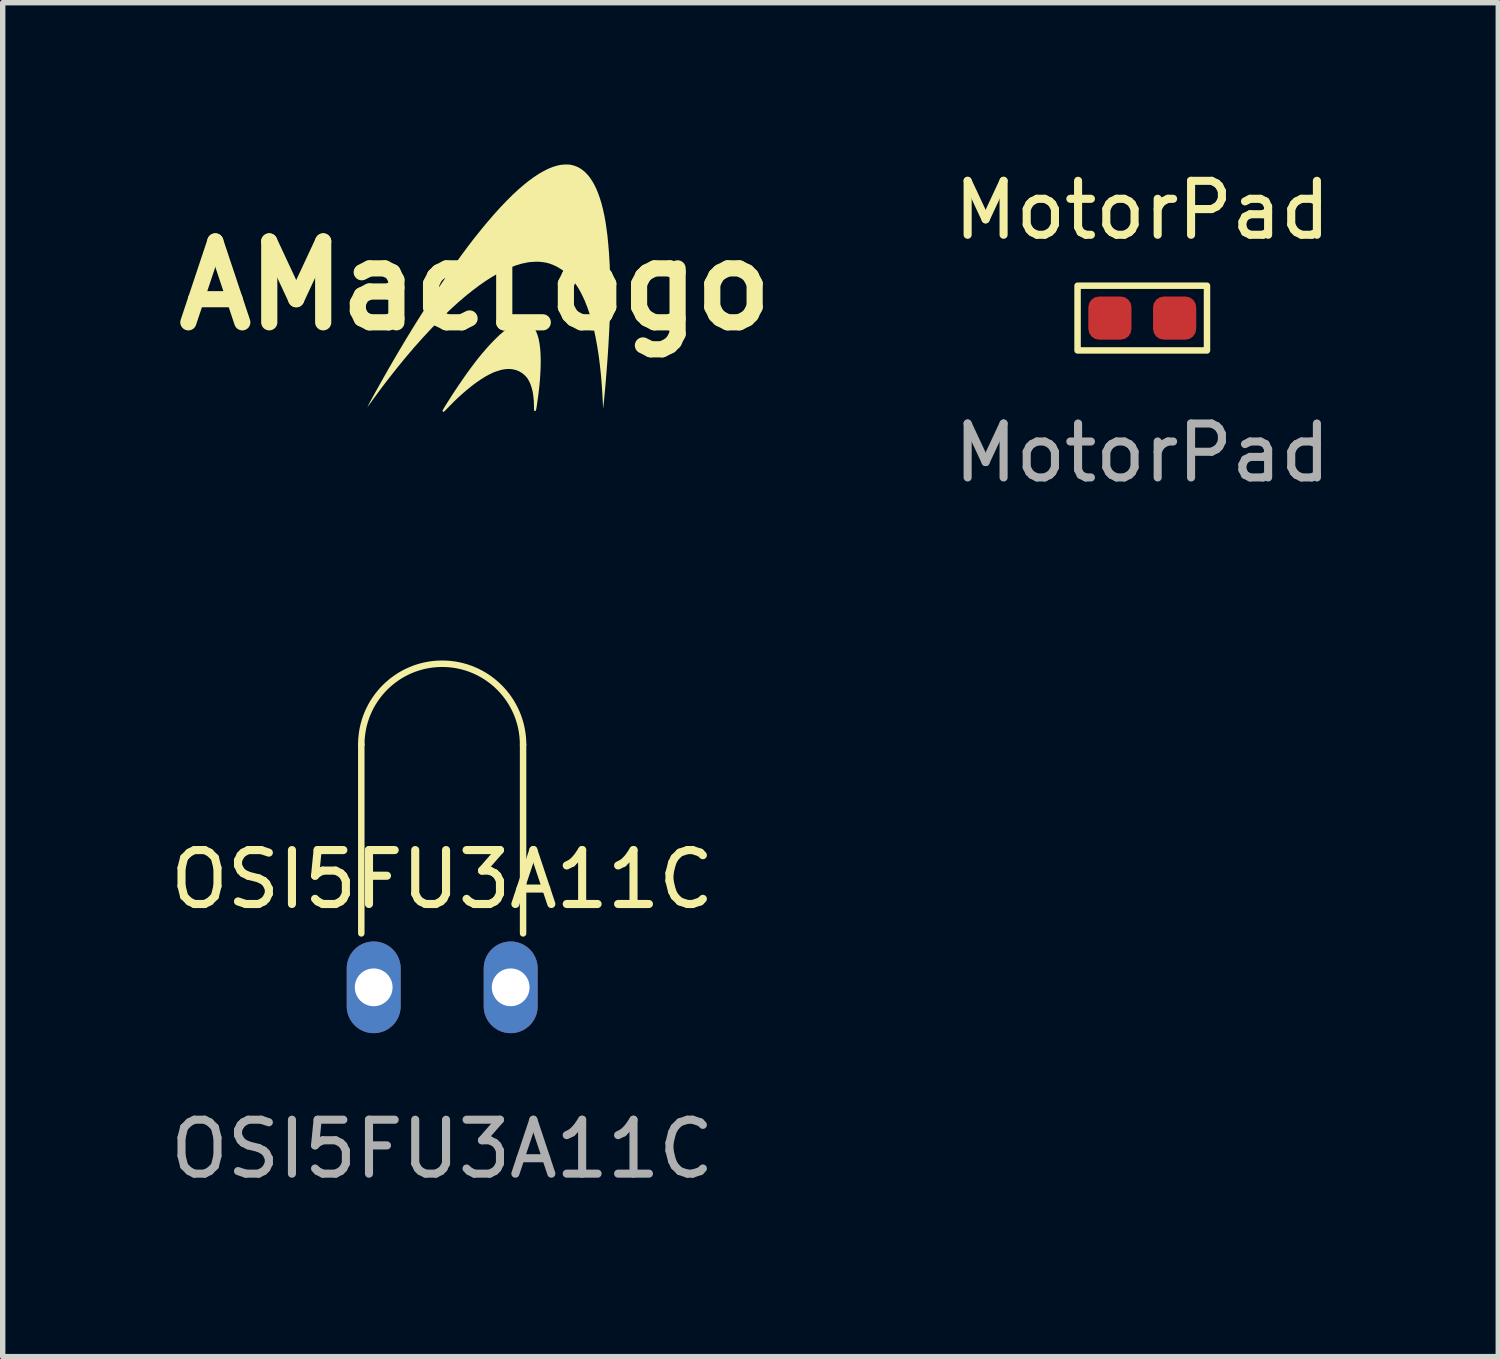
<source format=kicad_pcb>
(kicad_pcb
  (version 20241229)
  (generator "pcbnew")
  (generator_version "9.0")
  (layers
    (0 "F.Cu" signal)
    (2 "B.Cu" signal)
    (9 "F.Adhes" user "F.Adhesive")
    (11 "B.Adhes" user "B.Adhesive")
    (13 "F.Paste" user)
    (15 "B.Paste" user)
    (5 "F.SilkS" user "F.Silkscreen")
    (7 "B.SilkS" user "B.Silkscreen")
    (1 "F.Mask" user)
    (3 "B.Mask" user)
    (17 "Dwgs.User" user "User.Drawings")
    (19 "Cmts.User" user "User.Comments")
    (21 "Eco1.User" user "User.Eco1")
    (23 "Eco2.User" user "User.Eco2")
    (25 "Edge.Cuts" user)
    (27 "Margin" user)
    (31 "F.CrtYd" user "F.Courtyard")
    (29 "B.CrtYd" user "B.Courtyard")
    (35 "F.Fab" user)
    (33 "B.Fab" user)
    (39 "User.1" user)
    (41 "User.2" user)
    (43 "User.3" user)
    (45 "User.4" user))
  (footprint "MotorPad"
    (layer "F.Cu")
    (at 18.13 2.848)
    (property "Reference" "MotorPad" (at 0 -2 0) (unlocked yes) (layer "F.SilkS") (effects (font (size 1 1) (thickness 0.15))))
    (attr smd)
    (fp_rect (start -1.2 -0.6) (end 1.2 0.6) (stroke (width 0.12) (type default)) (fill no) (layer "F.SilkS"))
    (fp_text user "${REFERENCE}" (at 0 2.5 0) (unlocked yes) (layer "F.Fab") (effects (font (size 1 1) (thickness 0.15))))
    (pad "1" smd roundrect (at -0.6 0 90) (size 0.8 0.8) (layers "F.Cu" "F.Mask" "F.Paste") (roundrect_rratio 0.25))
    (pad "2" smd roundrect (at 0.6 0 90) (size 0.8 0.8) (layers "F.Cu" "F.Mask" "F.Paste") (roundrect_rratio 0.25)))
  (footprint "AMacLogo"
    (layer "F.Cu")
    (at 5.764 2.248)
    (property "Reference" "AMacLogo" (at 0 0 0) (layer "F.SilkS") (effects (font (size 1.5 1.5) (thickness 0.3))))
    (attr board_only exclude_from_pos_files exclude_from_bom)
    (fp_poly (pts (xy -2.003 2.258) (xy -2.005 2.261) (xy -2.007 2.258) (xy -2.005 2.256)) (stroke (width 0) (type solid)) (fill yes) (layer "F.SilkS"))
    (fp_poly (pts (xy 0.947 0.685) (xy 0.991 0.7) (xy 1.031 0.725) (xy 1.067 0.758) (xy 1.099 0.801) (xy 1.128 0.852) (xy 1.152 0.912) (xy 1.172 0.98) (xy 1.176 0.999) (xy 1.191 1.08) (xy 1.202 1.17) (xy 1.209 1.268) (xy 1.212 1.375) (xy 1.211 1.489) (xy 1.206 1.611) (xy 1.198 1.741) (xy 1.185 1.878) (xy 1.168 2.022) (xy 1.147 2.172) (xy 1.14 2.221) (xy 1.135 2.255) (xy 1.13 2.281) (xy 1.126 2.3) (xy 1.121 2.313) (xy 1.117 2.32) (xy 1.111 2.323) (xy 1.106 2.324) (xy 1.1 2.323) (xy 1.095 2.32) (xy 1.091 2.313) (xy 1.089 2.302) (xy 1.087 2.284) (xy 1.087 2.259) (xy 1.087 2.227) (xy 1.084 2.136) (xy 1.076 2.051) (xy 1.064 1.971) (xy 1.046 1.898) (xy 1.024 1.831) (xy 0.998 1.772) (xy 0.967 1.72) (xy 0.932 1.676) (xy 0.912 1.657) (xy 0.861 1.616) (xy 0.806 1.584) (xy 0.747 1.562) (xy 0.686 1.548) (xy 0.621 1.543) (xy 0.553 1.547) (xy 0.481 1.56) (xy 0.406 1.582) (xy 0.326 1.612) (xy 0.254 1.647) (xy 0.183 1.686) (xy 0.108 1.733) (xy 0.029 1.787) (xy -0.052 1.847) (xy -0.136 1.914) (xy -0.221 1.986) (xy -0.306 2.062) (xy -0.391 2.143) (xy -0.475 2.228) (xy -0.511 2.265) (xy -0.532 2.287) (xy -0.552 2.307) (xy -0.568 2.322) (xy -0.581 2.333) (xy -0.588 2.338) (xy -0.589 2.339) (xy -0.6 2.335) (xy -0.603 2.333) (xy -0.608 2.323) (xy -0.609 2.318) (xy -0.606 2.311) (xy -0.599 2.297) (xy -0.587 2.276) (xy -0.571 2.249) (xy -0.552 2.218) (xy -0.529 2.182) (xy -0.504 2.142) (xy -0.477 2.1) (xy -0.449 2.056) (xy -0.42 2.01) (xy -0.39 1.964) (xy -0.359 1.919) (xy -0.33 1.874) (xy -0.313 1.849) (xy -0.231 1.73) (xy -0.153 1.618) (xy -0.077 1.515) (xy -0.004 1.418) (xy 0.066 1.328) (xy 0.136 1.244) (xy 0.204 1.165) (xy 0.271 1.091) (xy 0.338 1.021) (xy 0.353 1.006) (xy 0.401 0.959) (xy 0.443 0.918) (xy 0.483 0.883) (xy 0.52 0.851) (xy 0.556 0.823) (xy 0.592 0.797) (xy 0.613 0.783) (xy 0.677 0.744) (xy 0.738 0.714) (xy 0.795 0.693) (xy 0.849 0.681) (xy 0.9 0.679)) (stroke (width 0) (type solid)) (fill yes) (layer "F.SilkS"))
    (fp_poly (pts (xy 1.72 -2.247) (xy 1.756 -2.245) (xy 1.774 -2.242) (xy 1.841 -2.224) (xy 1.905 -2.198) (xy 1.965 -2.162) (xy 2.022 -2.118) (xy 2.076 -2.064) (xy 2.127 -2.001) (xy 2.174 -1.929) (xy 2.204 -1.876) (xy 2.242 -1.798) (xy 2.277 -1.714) (xy 2.309 -1.623) (xy 2.339 -1.525) (xy 2.366 -1.42) (xy 2.391 -1.307) (xy 2.413 -1.186) (xy 2.432 -1.057) (xy 2.45 -0.92) (xy 2.464 -0.774) (xy 2.477 -0.619) (xy 2.487 -0.455) (xy 2.491 -0.39) (xy 2.492 -0.356) (xy 2.493 -0.314) (xy 2.494 -0.264) (xy 2.495 -0.208) (xy 2.496 -0.146) (xy 2.496 -0.08) (xy 2.497 -0.011) (xy 2.497 0.06) (xy 2.497 0.133) (xy 2.497 0.205) (xy 2.497 0.277) (xy 2.496 0.346) (xy 2.496 0.412) (xy 2.495 0.474) (xy 2.494 0.53) (xy 2.493 0.58) (xy 2.492 0.623) (xy 2.491 0.646) (xy 2.484 0.797) (xy 2.476 0.945) (xy 2.468 1.09) (xy 2.459 1.234) (xy 2.449 1.379) (xy 2.438 1.526) (xy 2.426 1.677) (xy 2.413 1.834) (xy 2.398 1.998) (xy 2.39 2.083) (xy 2.385 2.134) (xy 2.381 2.176) (xy 2.377 2.21) (xy 2.375 2.236) (xy 2.372 2.254) (xy 2.371 2.265) (xy 2.37 2.27) (xy 2.369 2.269) (xy 2.368 2.262) (xy 2.368 2.262) (xy 2.368 2.243) (xy 2.366 2.216) (xy 2.365 2.182) (xy 2.362 2.144) (xy 2.36 2.102) (xy 2.358 2.058) (xy 2.355 2.014) (xy 2.353 1.972) (xy 2.35 1.933) (xy 2.348 1.899) (xy 2.346 1.871) (xy 2.346 1.866) (xy 2.33 1.667) (xy 2.31 1.477) (xy 2.287 1.296) (xy 2.26 1.124) (xy 2.23 0.96) (xy 2.197 0.806) (xy 2.159 0.66) (xy 2.119 0.524) (xy 2.075 0.396) (xy 2.028 0.277) (xy 1.977 0.168) (xy 1.923 0.067) (xy 1.865 -0.024) (xy 1.804 -0.107) (xy 1.739 -0.18) (xy 1.671 -0.245) (xy 1.6 -0.3) (xy 1.525 -0.346) (xy 1.498 -0.36) (xy 1.437 -0.388) (xy 1.378 -0.41) (xy 1.319 -0.426) (xy 1.256 -0.437) (xy 1.201 -0.443) (xy 1.167 -0.445) (xy 1.126 -0.445) (xy 1.081 -0.443) (xy 1.036 -0.44) (xy 0.994 -0.436) (xy 0.964 -0.431) (xy 0.863 -0.41) (xy 0.758 -0.379) (xy 0.651 -0.339) (xy 0.54 -0.29) (xy 0.427 -0.232) (xy 0.311 -0.165) (xy 0.192 -0.089) (xy 0.07 -0.004) (xy -0.055 0.09) (xy -0.182 0.192) (xy -0.312 0.303) (xy -0.444 0.423) (xy -0.579 0.552) (xy -0.716 0.689) (xy -0.855 0.835) (xy -0.997 0.989) (xy -1.141 1.151) (xy -1.248 1.277) (xy -1.328 1.372) (xy -1.411 1.474) (xy -1.496 1.58) (xy -1.581 1.688) (xy -1.666 1.797) (xy -1.748 1.905) (xy -1.826 2.011) (xy -1.9 2.112) (xy -1.932 2.156) (xy -1.95 2.182) (xy -1.967 2.205) (xy -1.981 2.225) (xy -1.992 2.239) (xy -1.998 2.247) (xy -1.999 2.249) (xy -2 2.248) (xy -1.996 2.239) (xy -1.988 2.223) (xy -1.976 2.2) (xy -1.961 2.171) (xy -1.943 2.137) (xy -1.921 2.097) (xy -1.897 2.054) (xy -1.871 2.006) (xy -1.843 1.955) (xy -1.813 1.902) (xy -1.782 1.846) (xy -1.75 1.789) (xy -1.718 1.732) (xy -1.685 1.673) (xy -1.652 1.616) (xy -1.62 1.559) (xy -1.588 1.503) (xy -1.557 1.45) (xy -1.547 1.432) (xy -1.415 1.207) (xy -1.283 0.986) (xy -1.151 0.77) (xy -1.019 0.559) (xy -0.889 0.355) (xy -0.759 0.156) (xy -0.631 -0.036) (xy -0.505 -0.22) (xy -0.38 -0.398) (xy -0.257 -0.568) (xy -0.137 -0.73) (xy -0.019 -0.883) (xy 0.096 -1.027) (xy 0.116 -1.052) (xy 0.236 -1.196) (xy 0.353 -1.331) (xy 0.466 -1.456) (xy 0.577 -1.572) (xy 0.684 -1.679) (xy 0.789 -1.777) (xy 0.891 -1.865) (xy 0.989 -1.944) (xy 1.085 -2.014) (xy 1.178 -2.075) (xy 1.268 -2.127) (xy 1.355 -2.17) (xy 1.439 -2.204) (xy 1.52 -2.228) (xy 1.562 -2.237) (xy 1.598 -2.243) (xy 1.639 -2.246) (xy 1.68 -2.248)) (stroke (width 0) (type solid)) (fill yes) (layer "F.SilkS")))
  (footprint "OSI5FU3A11C"
    (layer "F.Cu")
    (at 5.149 15.257)
    (property "Reference" "OSI5FU3A11C" (at 0 -2 0) (unlocked yes) (layer "F.SilkS") (effects (font (size 1 1) (thickness 0.15))))
    (attr through_hole)
    (fp_line (start -1.5 -4.5) (end -1.5 -1) (stroke (width 0.12) (type solid)) (layer "F.SilkS"))
    (fp_line (start 1.5 -4.5) (end 1.5 -1) (stroke (width 0.12) (type solid)) (layer "F.SilkS"))
    (fp_arc (start -1.5 -4.5) (mid 0 -6) (end 1.5 -4.5) (stroke (width 0.12) (type solid)) (layer "F.SilkS"))
    (fp_text user "${REFERENCE}" (at 0 3 0) (unlocked yes) (layer "F.Fab") (effects (font (size 1 1) (thickness 0.15))))
    (pad "1" thru_hole oval (at -1.27 0) (size 1 1.7) (drill 0.7) (layers "*.Cu" "*.Mask"))
    (pad "2" thru_hole oval (at 1.27 0) (size 1 1.7) (drill 0.7) (layers "*.Cu" "*.Mask")))
  (gr_rect
    (start -3 -3)
    (end 24.731 22.105)
    (stroke (width 0.1) (type default))
    (fill no)
    (layer "Edge.Cuts")))
</source>
